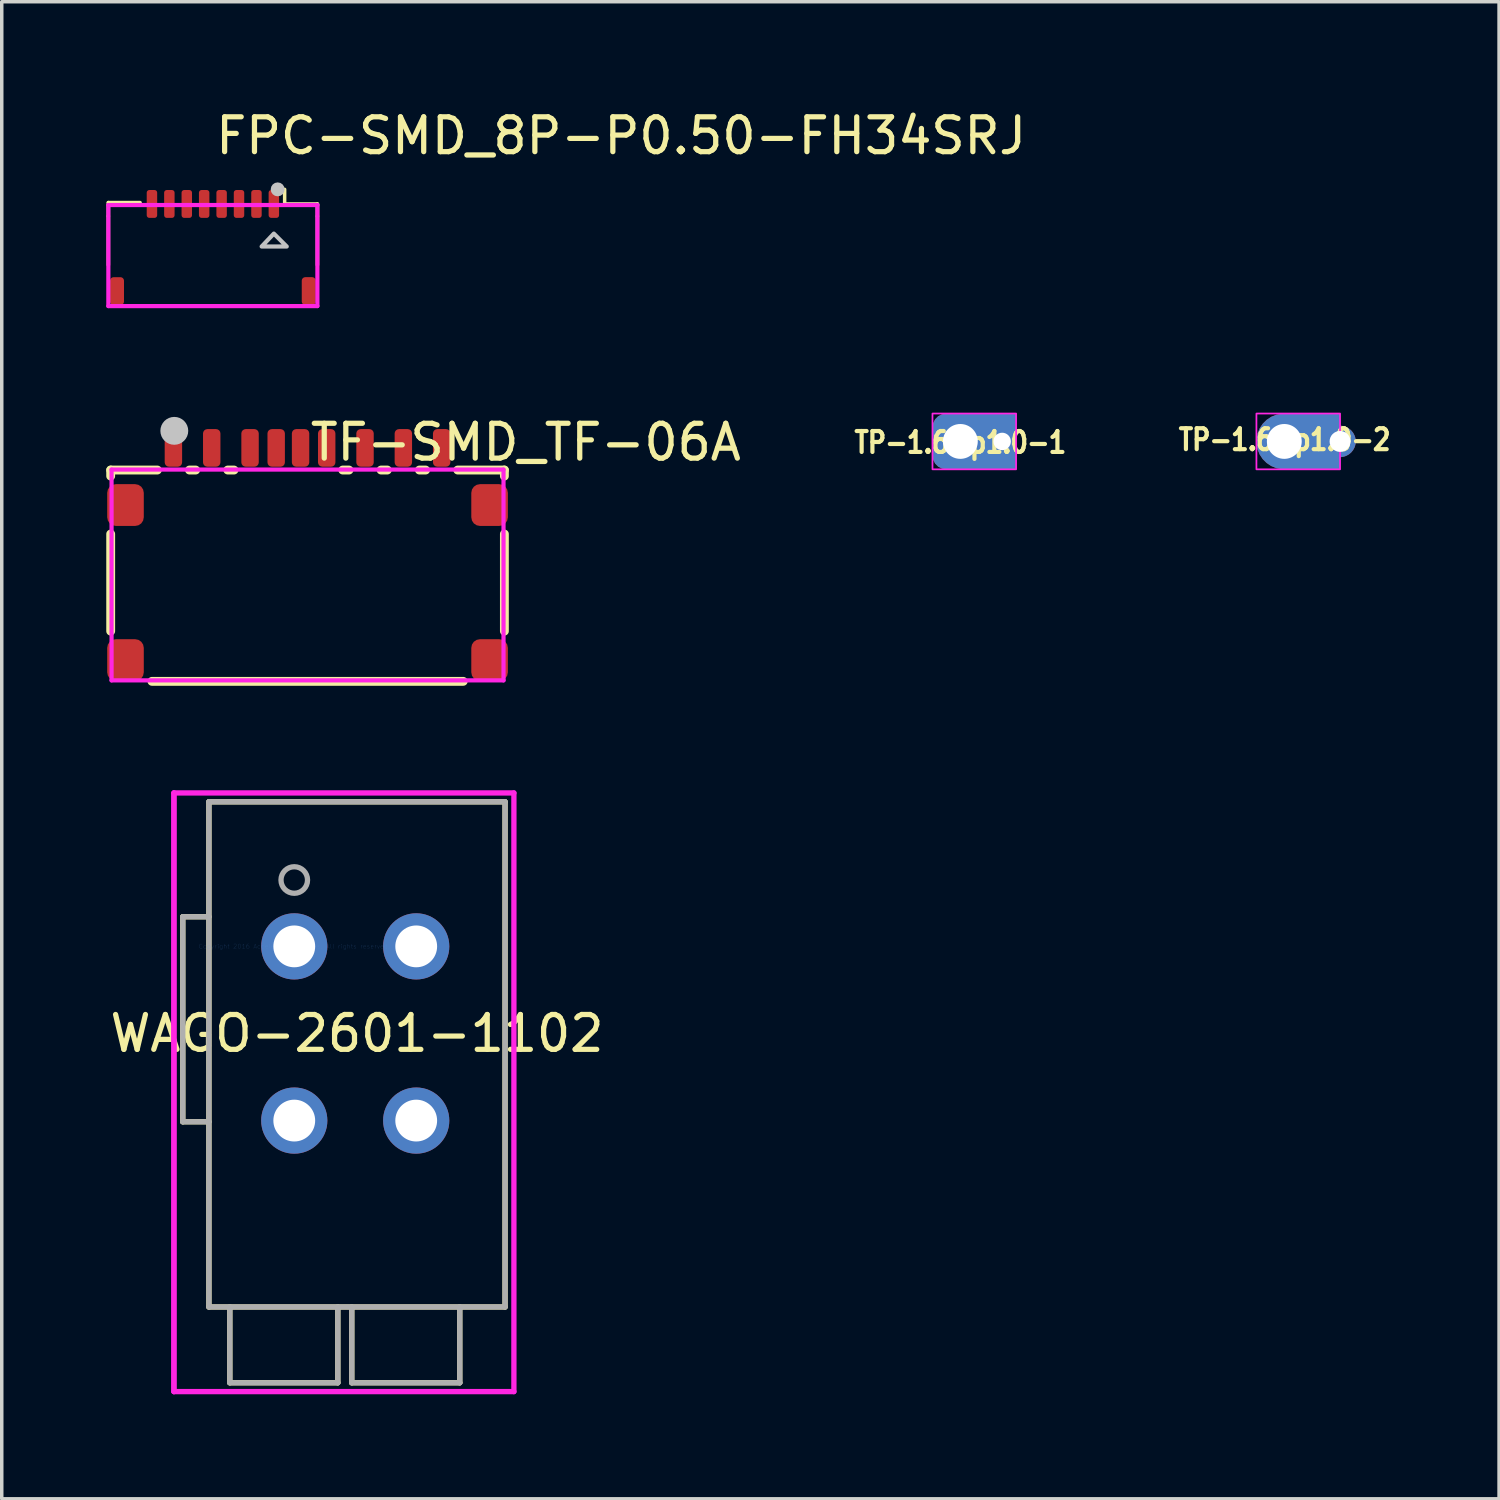
<source format=kicad_pcb>
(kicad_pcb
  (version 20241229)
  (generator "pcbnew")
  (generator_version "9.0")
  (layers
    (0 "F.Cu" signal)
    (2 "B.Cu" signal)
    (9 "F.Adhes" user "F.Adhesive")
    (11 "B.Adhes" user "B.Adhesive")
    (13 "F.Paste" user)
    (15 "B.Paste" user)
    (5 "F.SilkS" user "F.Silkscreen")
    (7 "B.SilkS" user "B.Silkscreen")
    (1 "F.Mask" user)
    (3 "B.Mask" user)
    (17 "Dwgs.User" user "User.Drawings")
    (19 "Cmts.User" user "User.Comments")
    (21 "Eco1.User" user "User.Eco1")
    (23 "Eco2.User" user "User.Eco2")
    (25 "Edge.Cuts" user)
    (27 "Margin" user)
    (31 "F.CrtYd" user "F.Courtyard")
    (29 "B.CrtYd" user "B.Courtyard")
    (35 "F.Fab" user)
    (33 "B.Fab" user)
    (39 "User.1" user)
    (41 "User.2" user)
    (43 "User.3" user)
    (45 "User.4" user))
  (footprint "TF-SMD_TF-06A"
    (layer "F.Cu")
    (at 5.777 12.851)
    (property "Reference" "TF-SMD_TF-06A" (at 0 -3.207 0) (layer "F.SilkS") (effects (font (size 1 1) (thickness 0.15)) (justify left)))
    (attr through_hole)
    (fp_line (start -5.65 -2.41) (end -4.31 -2.41) (stroke (width 0.254) (type solid)) (layer "F.SilkS"))
    (fp_line (start -5.65 -2.236) (end -5.65 -2.41) (stroke (width 0.254) (type solid)) (layer "F.SilkS"))
    (fp_line (start -5.65 2.214) (end -5.65 -0.574) (stroke (width 0.254) (type solid)) (layer "F.SilkS"))
    (fp_line (start -4.466 3.655) (end 4.469 3.655) (stroke (width 0.254) (type solid)) (layer "F.SilkS"))
    (fp_line (start -3.39 -2.41) (end -3.21 -2.41) (stroke (width 0.254) (type solid)) (layer "F.SilkS"))
    (fp_line (start -2.29 -2.41) (end -2.11 -2.41) (stroke (width 0.254) (type solid)) (layer "F.SilkS"))
    (fp_line (start 1.01 -2.41) (end 1.19 -2.41) (stroke (width 0.254) (type solid)) (layer "F.SilkS"))
    (fp_line (start 2.11 -2.41) (end 2.29 -2.41) (stroke (width 0.254) (type solid)) (layer "F.SilkS"))
    (fp_line (start 3.21 -2.41) (end 3.39 -2.41) (stroke (width 0.254) (type solid)) (layer "F.SilkS"))
    (fp_line (start 4.31 -2.41) (end 5.65 -2.41) (stroke (width 0.254) (type solid)) (layer "F.SilkS"))
    (fp_line (start 5.65 -2.236) (end 5.65 -2.41) (stroke (width 0.254) (type solid)) (layer "F.SilkS"))
    (fp_line (start 5.65 2.214) (end 5.65 -0.574) (stroke (width 0.254) (type solid)) (layer "F.SilkS"))
    (fp_circle (center -3.824 -3.535) (end -3.624 -3.535) (stroke (width 0.4) (type solid)) (fill no) (layer "Dwgs.User"))
    (fp_line (start -5.625 -2.423) (end 5.625 -2.423) (stroke (width 0.12) (type solid)) (layer "F.CrtYd"))
    (fp_line (start -5.625 3.627) (end -5.625 -2.423) (stroke (width 0.12) (type solid)) (layer "F.CrtYd"))
    (fp_line (start 5.625 -2.423) (end 5.625 3.627) (stroke (width 0.12) (type solid)) (layer "F.CrtYd"))
    (fp_line (start 5.625 3.627) (end -5.625 3.627) (stroke (width 0.12) (type solid)) (layer "F.CrtYd"))
    (pad "1" smd roundrect (at -3.85 -3.045) (size 0.5 1.08) (layers "F.Cu" "F.Mask" "F.Paste") (roundrect_rratio 0.25))
    (pad "2" smd roundrect (at -2.75 -3.045) (size 0.5 1.08) (layers "F.Cu" "F.Mask" "F.Paste") (roundrect_rratio 0.25))
    (pad "3" smd roundrect (at -1.65 -3.045) (size 0.5 1.08) (layers "F.Cu" "F.Mask" "F.Paste") (roundrect_rratio 0.25))
    (pad "4" smd roundrect (at -0.9 -3.045) (size 0.5 1.08) (layers "F.Cu" "F.Mask" "F.Paste") (roundrect_rratio 0.25))
    (pad "5" smd roundrect (at 0.55 -3.045) (size 0.5 1.08) (layers "F.Cu" "F.Mask" "F.Paste") (roundrect_rratio 0.25))
    (pad "6" smd roundrect (at 1.65 -3.045) (size 0.5 1.08) (layers "F.Cu" "F.Mask" "F.Paste") (roundrect_rratio 0.25))
    (pad "7" smd roundrect (at 2.75 -3.045) (size 0.5 1.08) (layers "F.Cu" "F.Mask" "F.Paste") (roundrect_rratio 0.25))
    (pad "8" smd roundrect (at 3.85 -3.045) (size 0.5 1.08) (layers "F.Cu" "F.Mask" "F.Paste") (roundrect_rratio 0.25))
    (pad "9" smd roundrect (at -0.2 -3.045) (size 0.5 1.08) (layers "F.Cu" "F.Mask" "F.Paste") (roundrect_rratio 0.25))
    (pad "10" smd roundrect (at -5.225 -1.405 90) (size 1.2 1.05) (layers "F.Cu" "F.Mask" "F.Paste") (roundrect_rratio 0.238))
    (pad "10" smd roundrect (at -5.225 3.045 90) (size 1.2 1.05) (layers "F.Cu" "F.Mask" "F.Paste") (roundrect_rratio 0.238))
    (pad "10" smd roundrect (at 5.225 -1.405 90) (size 1.2 1.05) (layers "F.Cu" "F.Mask" "F.Paste") (roundrect_rratio 0.238))
    (pad "10" smd roundrect (at 5.225 3.045 90) (size 1.2 1.05) (layers "F.Cu" "F.Mask" "F.Paste") (roundrect_rratio 0.238)))
  (footprint "TP-1.6-p1.0-1"
    (layer "F.Cu")
    (at 24.514 9.62)
    (property "Reference" "TP-1.6-p1.0-1" (at 0 0.03 0) (unlocked yes) (layer "F.SilkS") (effects (font (size 0.6 0.5) (thickness 0.12))))
    (fp_rect (start -0.8 -0.8) (end 1.6 0.8) (stroke (width 0.05) (type solid)) (fill no) (layer "F.CrtYd"))
    (pad "1" thru_hole custom (at 0 0) (size 1.6 1.6) (drill 1) (layers "*.Cu" "*.Mask") (options (anchor circle)) (primitives (gr_rect (start 0 -0.8) (end 1.6 0.8) (width 0) (fill yes)) (gr_poly (pts (xy 0.524 -0.78) (xy 0.635 -0.724) (xy 0.724 -0.635) (xy 0.78 -0.524) (xy 0.8 -0.4) (xy 0.8 0.4) (xy 0.78 0.524) (xy 0.724 0.635) (xy 0.635 0.724) (xy 0.524 0.78) (xy 0.4 0.8) (xy -0.4 0.8) (xy -0.524 0.78) (xy -0.635 0.724) (xy -0.724 0.635) (xy -0.78 0.524) (xy -0.8 0.4) (xy -0.8 -0.4) (xy -0.78 -0.524) (xy -0.724 -0.635) (xy -0.635 -0.724) (xy -0.524 -0.78) (xy -0.4 -0.8) (xy 0.4 -0.8)) (width 0) (fill yes))))
    (pad "1" thru_hole oval (at 1.2 0 90) (size 0.8 0.8) (drill 0.5) (layers "*.Cu" "*.Mask")))
  (footprint "FPC-SMD_8P-P0.50-FH34SRJ"
    (layer "F.Cu")
    (at 3.06 4.055)
    (property "Reference" "FPC-SMD_8P-P0.50-FH34SRJ" (at 0 -3.207 0) (layer "F.SilkS") (effects (font (size 1 1) (thickness 0.15)) (justify left)))
    (attr through_hole)
    (fp_line (start -3 -1.29) (end -2.09 -1.29) (stroke (width 0.102) (type solid)) (layer "F.SilkS"))
    (fp_line (start -3 -0.902) (end -3 -1.29) (stroke (width 0.102) (type solid)) (layer "F.SilkS"))
    (fp_line (start -3 -0.902) (end -3 0.501) (stroke (width 0.102) (type solid)) (layer "F.SilkS"))
    (fp_line (start 2.06 -1.25) (end 2.06 -1.67) (stroke (width 0.1) (type default)) (layer "F.SilkS"))
    (fp_line (start 3.001 -1.25) (end 2.06 -1.25) (stroke (width 0.102) (type solid)) (layer "F.SilkS"))
    (fp_line (start 3.001 -0.9) (end 3.001 -1.25) (stroke (width 0.102) (type solid)) (layer "F.SilkS"))
    (fp_line (start 3.001 0.5) (end 3.001 -0.9) (stroke (width 0.102) (type solid)) (layer "F.SilkS"))
    (fp_circle (center 1.86 -1.67) (end 1.96 -1.67) (stroke (width 0.2) (type solid)) (fill no) (layer "Dwgs.User"))
    (fp_poly (pts (xy 1.4 -0.03) (xy 2.12 -0.03) (xy 1.75 -0.4)) (stroke (width 0.12) (type solid)) (fill no) (layer "Dwgs.User"))
    (fp_line (start -3 -1.22) (end 3 -1.22) (stroke (width 0.12) (type solid)) (layer "F.CrtYd"))
    (fp_line (start -3 1.68) (end -3 -1.22) (stroke (width 0.12) (type solid)) (layer "F.CrtYd"))
    (fp_line (start 3 -1.22) (end 3 1.68) (stroke (width 0.12) (type solid)) (layer "F.CrtYd"))
    (fp_line (start 3 1.68) (end -3 1.68) (stroke (width 0.12) (type solid)) (layer "F.CrtYd"))
    (pad "1" smd roundrect (at 1.75 -1.251 180) (size 0.3 0.8) (layers "F.Cu" "F.Mask" "F.Paste") (roundrect_rratio 0.25))
    (pad "2" smd roundrect (at 1.251 -1.251 180) (size 0.3 0.8) (layers "F.Cu" "F.Mask" "F.Paste") (roundrect_rratio 0.25))
    (pad "3" smd roundrect (at 0.75 -1.251 180) (size 0.3 0.8) (layers "F.Cu" "F.Mask" "F.Paste") (roundrect_rratio 0.25))
    (pad "4" smd roundrect (at 0.251 -1.251 180) (size 0.3 0.8) (layers "F.Cu" "F.Mask" "F.Paste") (roundrect_rratio 0.25))
    (pad "5" smd roundrect (at -0.25 -1.251 180) (size 0.3 0.8) (layers "F.Cu" "F.Mask" "F.Paste") (roundrect_rratio 0.25))
    (pad "6" smd roundrect (at -0.749 -1.251 180) (size 0.3 0.8) (layers "F.Cu" "F.Mask" "F.Paste") (roundrect_rratio 0.25))
    (pad "7" smd roundrect (at -1.249 -1.251 180) (size 0.3 0.8) (layers "F.Cu" "F.Mask" "F.Paste") (roundrect_rratio 0.25))
    (pad "8" smd roundrect (at -1.749 -1.251 180) (size 0.3 0.8) (layers "F.Cu" "F.Mask" "F.Paste") (roundrect_rratio 0.25))
    (pad "MP" smd roundrect (at -2.751 1.251) (size 0.4 0.8) (layers "F.Cu" "F.Mask" "F.Paste") (roundrect_rratio 0.25))
    (pad "MP" smd roundrect (at 2.751 1.25) (size 0.4 0.8) (layers "F.Cu" "F.Mask" "F.Paste") (roundrect_rratio 0.25)))
  (footprint "WAGO-2601-1102"
    (layer "F.Cu")
    (at 5.396 24.113)
    (property "Reference" "WAGO-2601-1102" (at 1.8 2.5 0) (layer "F.SilkS") (effects (font (size 1 1) (thickness 0.15))))
    (attr through_hole)
    (fp_line (start -3.2 5.034) (end -3.2 -0.85) (stroke (width 0.152) (type solid)) (layer "F.SilkS"))
    (fp_line (start -2.45 -4.15) (end 6.05 -4.15) (stroke (width 0.152) (type solid)) (layer "F.SilkS"))
    (fp_line (start -2.45 10.35) (end -2.45 -4.15) (stroke (width 0.152) (type solid)) (layer "F.SilkS"))
    (fp_line (start -2.45 10.35) (end 6.05 10.35) (stroke (width 0.152) (type solid)) (layer "F.SilkS"))
    (fp_line (start -2.45 -0.85) (end -3.2 -0.85) (stroke (width 0.152) (type solid)) (layer "F.SilkS"))
    (fp_line (start -2.45 5.034) (end -3.2 5.034) (stroke (width 0.152) (type solid)) (layer "F.SilkS"))
    (fp_line (start -1.85 10.35) (end -1.85 12.525) (stroke (width 0.152) (type solid)) (layer "F.SilkS"))
    (fp_line (start -1.85 12.525) (end 1.25 12.525) (stroke (width 0.152) (type solid)) (layer "F.SilkS"))
    (fp_line (start 1.25 10.35) (end 1.25 12.525) (stroke (width 0.152) (type solid)) (layer "F.SilkS"))
    (fp_line (start 1.65 10.35) (end 1.65 12.525) (stroke (width 0.152) (type solid)) (layer "F.SilkS"))
    (fp_line (start 1.65 12.525) (end 4.75 12.525) (stroke (width 0.152) (type solid)) (layer "F.SilkS"))
    (fp_line (start 4.75 10.35) (end 4.75 12.525) (stroke (width 0.152) (type solid)) (layer "F.SilkS"))
    (fp_line (start 6.05 -4.15) (end 6.05 10.35) (stroke (width 0.152) (type solid)) (layer "F.SilkS"))
    (fp_line (start -3.454 -4.404) (end -3.454 12.779) (stroke (width 0.152) (type solid)) (layer "F.CrtYd"))
    (fp_line (start -3.454 -4.404) (end -3.454 12.779) (stroke (width 0.152) (type solid)) (layer "F.CrtYd"))
    (fp_line (start -3.454 12.779) (end 6.304 12.779) (stroke (width 0.152) (type solid)) (layer "F.CrtYd"))
    (fp_line (start 6.304 -4.404) (end -3.454 -4.404) (stroke (width 0.152) (type solid)) (layer "F.CrtYd"))
    (fp_line (start 6.304 12.779) (end 6.304 -4.404) (stroke (width 0.152) (type solid)) (layer "F.CrtYd"))
    (fp_line (start -3.2 5.034) (end -3.2 -0.85) (stroke (width 0.152) (type solid)) (layer "F.Fab"))
    (fp_line (start -2.45 -4.15) (end 6.05 -4.15) (stroke (width 0.152) (type solid)) (layer "F.Fab"))
    (fp_line (start -2.45 10.35) (end -2.45 -4.15) (stroke (width 0.152) (type solid)) (layer "F.Fab"))
    (fp_line (start -2.45 10.35) (end 6.05 10.35) (stroke (width 0.152) (type solid)) (layer "F.Fab"))
    (fp_line (start -2.45 -0.85) (end -3.2 -0.85) (stroke (width 0.152) (type solid)) (layer "F.Fab"))
    (fp_line (start -2.45 5.034) (end -3.2 5.034) (stroke (width 0.152) (type solid)) (layer "F.Fab"))
    (fp_line (start -1.85 10.35) (end -1.85 12.525) (stroke (width 0.152) (type solid)) (layer "F.Fab"))
    (fp_line (start -1.85 12.525) (end 1.25 12.525) (stroke (width 0.152) (type solid)) (layer "F.Fab"))
    (fp_line (start 1.25 10.35) (end 1.25 12.525) (stroke (width 0.152) (type solid)) (layer "F.Fab"))
    (fp_line (start 1.65 10.35) (end 1.65 12.525) (stroke (width 0.152) (type solid)) (layer "F.Fab"))
    (fp_line (start 1.65 12.525) (end 4.75 12.525) (stroke (width 0.152) (type solid)) (layer "F.Fab"))
    (fp_line (start 4.75 10.35) (end 4.75 12.525) (stroke (width 0.152) (type solid)) (layer "F.Fab"))
    (fp_line (start 6.05 -4.15) (end 6.05 10.35) (stroke (width 0.152) (type solid)) (layer "F.Fab"))
    (fp_circle (center 0 -1.905) (end 0.381 -1.905) (stroke (width 0.152) (type solid)) (fill no) (layer "F.Fab"))
    (fp_text user "Copyright 2016 Accelerated Designs. All rights reserved." (at 0 0 0) (layer "Cmts.User") (effects (font (size 0.127 0.127) (thickness 0.002))))
    (pad "1" thru_hole circle (at 0 0) (size 1.9 1.9) (drill 1.2) (layers "*.Cu" "*.Mask"))
    (pad "1" thru_hole circle (at 0 5) (size 1.9 1.9) (drill 1.2) (layers "*.Cu" "*.Mask"))
    (pad "2" thru_hole circle (at 3.5 0) (size 1.9 1.9) (drill 1.2) (layers "*.Cu" "*.Mask"))
    (pad "2" thru_hole circle (at 3.5 5) (size 1.9 1.9) (drill 1.2) (layers "*.Cu" "*.Mask")))
  (footprint "TP-1.6-p1.0-2"
    (layer "F.Cu")
    (at 33.812 9.62)
    (property "Reference" "TP-1.6-p1.0-2" (at 0.01 -0.05 0) (unlocked yes) (layer "F.SilkS") (effects (font (size 0.6 0.5) (thickness 0.12))))
    (fp_rect (start -0.8 -0.8) (end 1.6 0.8) (stroke (width 0.05) (type solid)) (fill no) (layer "F.CrtYd"))
    (pad "1" thru_hole custom (at 0 0) (size 1.6 1.6) (drill 1) (layers "*.Cu" "*.Mask") (options (anchor circle)) (primitives (gr_rect (start 0 -0.8) (end 1.6 0.8) (width 0) (fill yes))))
    (pad "1" thru_hole oval (at 1.6 0 90) (size 0.9 0.9) (drill 0.6) (layers "*.Cu" "*.Mask")))
  (gr_rect
    (start -3 -3)
    (end 39.976 39.968)
    (stroke (width 0.1) (type default))
    (fill no)
    (layer "Edge.Cuts")))
</source>
